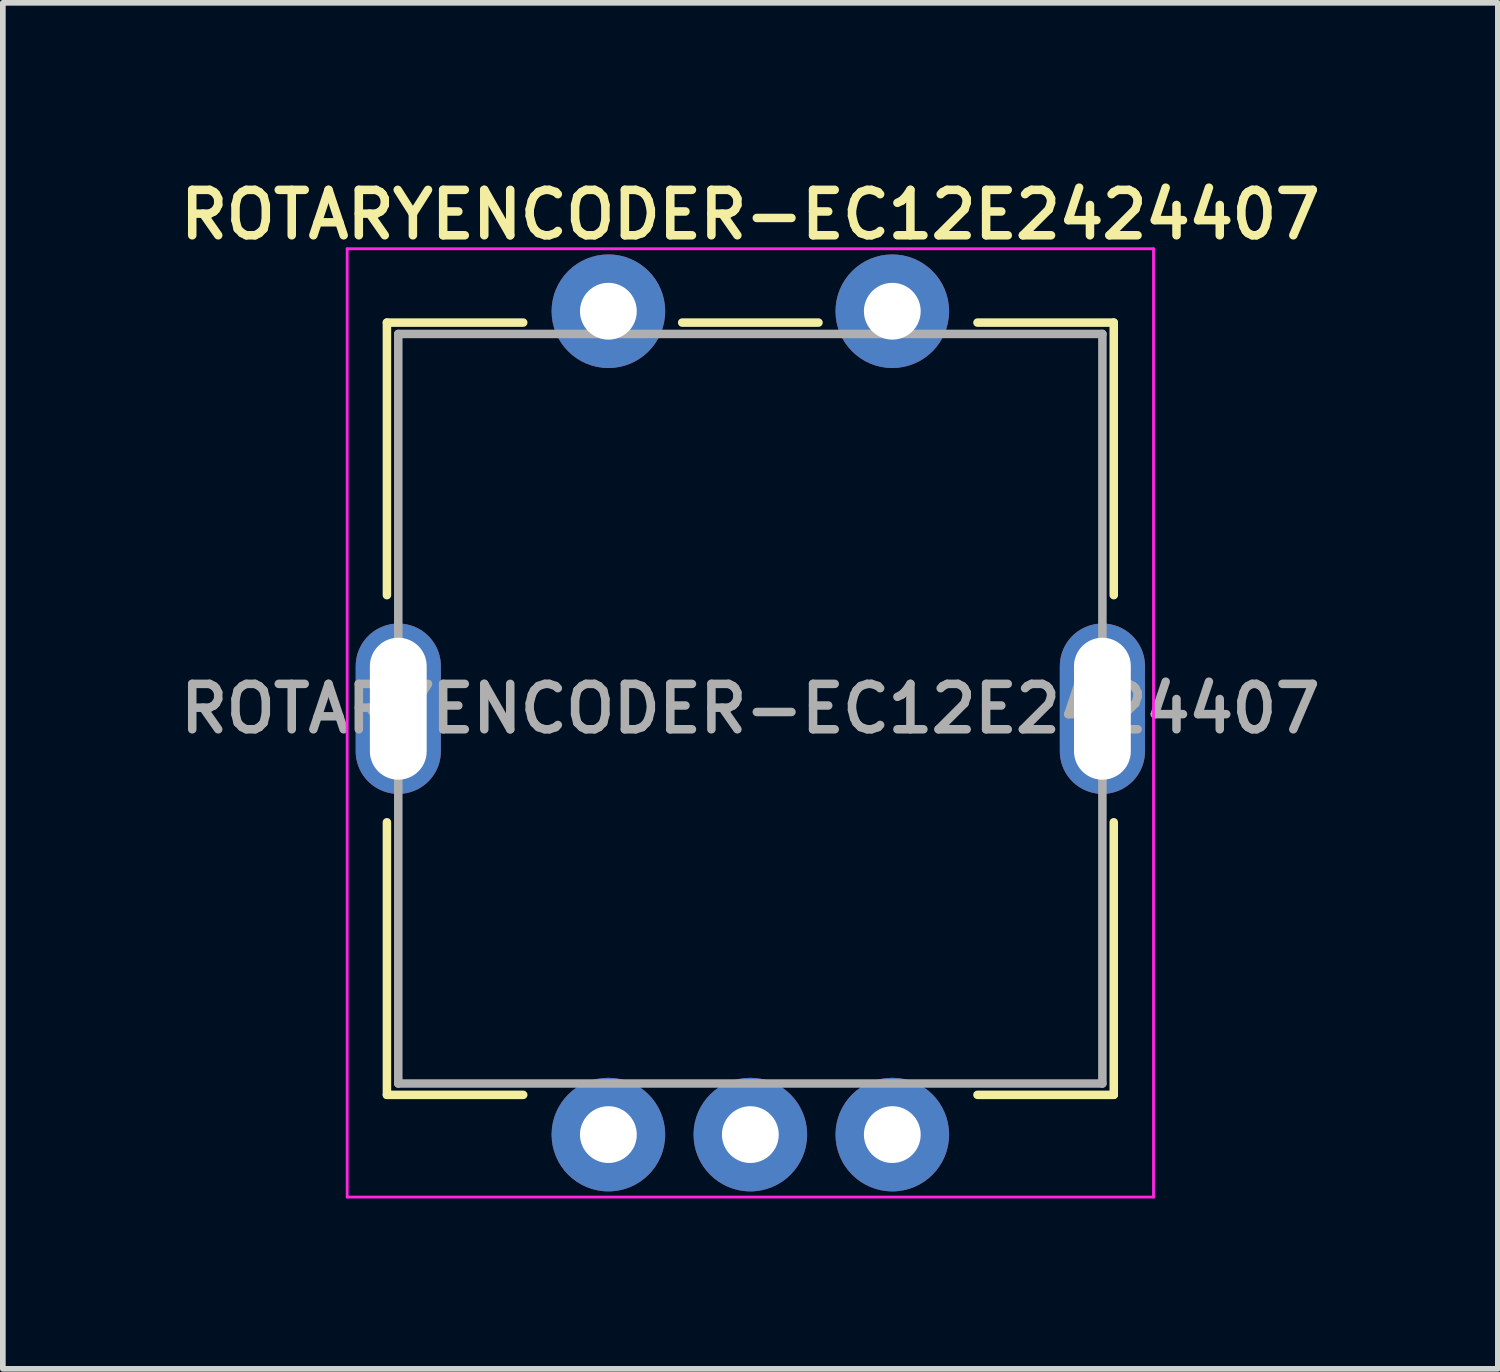
<source format=kicad_pcb>
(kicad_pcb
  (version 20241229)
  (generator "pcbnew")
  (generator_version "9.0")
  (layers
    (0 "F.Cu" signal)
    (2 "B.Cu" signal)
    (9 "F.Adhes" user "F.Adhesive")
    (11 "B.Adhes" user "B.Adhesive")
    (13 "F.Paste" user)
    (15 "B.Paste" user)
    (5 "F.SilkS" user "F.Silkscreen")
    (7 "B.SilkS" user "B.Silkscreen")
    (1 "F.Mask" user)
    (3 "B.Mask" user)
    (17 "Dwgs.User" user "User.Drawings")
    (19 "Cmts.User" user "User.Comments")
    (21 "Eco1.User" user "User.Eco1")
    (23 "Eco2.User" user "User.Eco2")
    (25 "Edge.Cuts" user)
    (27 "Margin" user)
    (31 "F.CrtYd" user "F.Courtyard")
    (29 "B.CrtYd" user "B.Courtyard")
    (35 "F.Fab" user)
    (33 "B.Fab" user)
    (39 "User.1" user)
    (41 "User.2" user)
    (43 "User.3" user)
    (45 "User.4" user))
  (footprint "ROTARYENCODER-EC12E2424407"
    (layer "F.Cu")
    (at 10.164 9.431)
    (property "Reference" "ROTARYENCODER-EC12E2424407" (at 0 -8.7 0) (layer "F.SilkS") (effects (font (size 0.8 0.8) (thickness 0.15))))
    (attr through_hole)
    (fp_line (start -6.4 -6.8) (end -4 -6.8) (stroke (width 0.15) (type solid)) (layer "F.SilkS"))
    (fp_line (start -6.4 -2) (end -6.4 -6.8) (stroke (width 0.15) (type solid)) (layer "F.SilkS"))
    (fp_line (start -6.4 6.8) (end -6.4 2) (stroke (width 0.15) (type solid)) (layer "F.SilkS"))
    (fp_line (start -6.4 6.8) (end -4 6.8) (stroke (width 0.15) (type solid)) (layer "F.SilkS"))
    (fp_line (start -1.2 -6.8) (end 1.2 -6.8) (stroke (width 0.15) (type solid)) (layer "F.SilkS"))
    (fp_line (start 6.4 -6.8) (end 4 -6.8) (stroke (width 0.15) (type solid)) (layer "F.SilkS"))
    (fp_line (start 6.4 -6.8) (end 6.4 -2) (stroke (width 0.15) (type solid)) (layer "F.SilkS"))
    (fp_line (start 6.4 6.8) (end 4 6.8) (stroke (width 0.15) (type solid)) (layer "F.SilkS"))
    (fp_line (start 6.4 6.8) (end 6.4 2) (stroke (width 0.15) (type solid)) (layer "F.SilkS"))
    (fp_line (start -7.1 -8.1) (end -7.1 8.6) (stroke (width 0.05) (type solid)) (layer "F.CrtYd"))
    (fp_line (start -7.1 -8.1) (end 7.1 -8.1) (stroke (width 0.05) (type solid)) (layer "F.CrtYd"))
    (fp_line (start 7.1 -8.1) (end 7.1 8.6) (stroke (width 0.05) (type solid)) (layer "F.CrtYd"))
    (fp_line (start 7.1 8.6) (end -7.1 8.6) (stroke (width 0.05) (type solid)) (layer "F.CrtYd"))
    (fp_line (start -6.2 -6.6) (end -6.2 6.6) (stroke (width 0.15) (type solid)) (layer "F.Fab"))
    (fp_line (start -6.2 -6.6) (end 6.2 -6.6) (stroke (width 0.15) (type solid)) (layer "F.Fab"))
    (fp_line (start -6.2 6.6) (end 6.2 6.6) (stroke (width 0.15) (type solid)) (layer "F.Fab"))
    (fp_line (start 6.2 6.6) (end 6.2 -6.6) (stroke (width 0.15) (type solid)) (layer "F.Fab"))
    (fp_text user "${REFERENCE}" (at 0 0 0) (layer "F.Fab") (effects (font (size 0.8 0.8) (thickness 0.15))))
    (pad "" thru_hole oval (at -6.2 0) (size 1.5 3) (drill oval 1 2.5) (layers "*.Cu" "*.Mask"))
    (pad "" thru_hole oval (at 6.2 0) (size 1.5 3) (drill oval 1 2.5) (layers "*.Cu" "*.Mask"))
    (pad "1" thru_hole circle (at -2.5 7.5) (size 2 2) (drill 1) (layers "*.Cu" "*.Mask"))
    (pad "2" thru_hole circle (at 0 7.5) (size 2 2) (drill 1) (layers "*.Cu" "*.Mask"))
    (pad "3" thru_hole circle (at 2.5 7.5) (size 2 2) (drill 1) (layers "*.Cu" "*.Mask"))
    (pad "4" thru_hole circle (at -2.5 -7) (size 2 2) (drill 1) (layers "*.Cu" "*.Mask"))
    (pad "5" thru_hole circle (at 2.5 -7) (size 2 2) (drill 1) (layers "*.Cu" "*.Mask")))
  (gr_rect
    (start -3 -3)
    (end 23.328 21.056)
    (stroke (width 0.1) (type default))
    (fill no)
    (layer "Edge.Cuts")))
</source>
